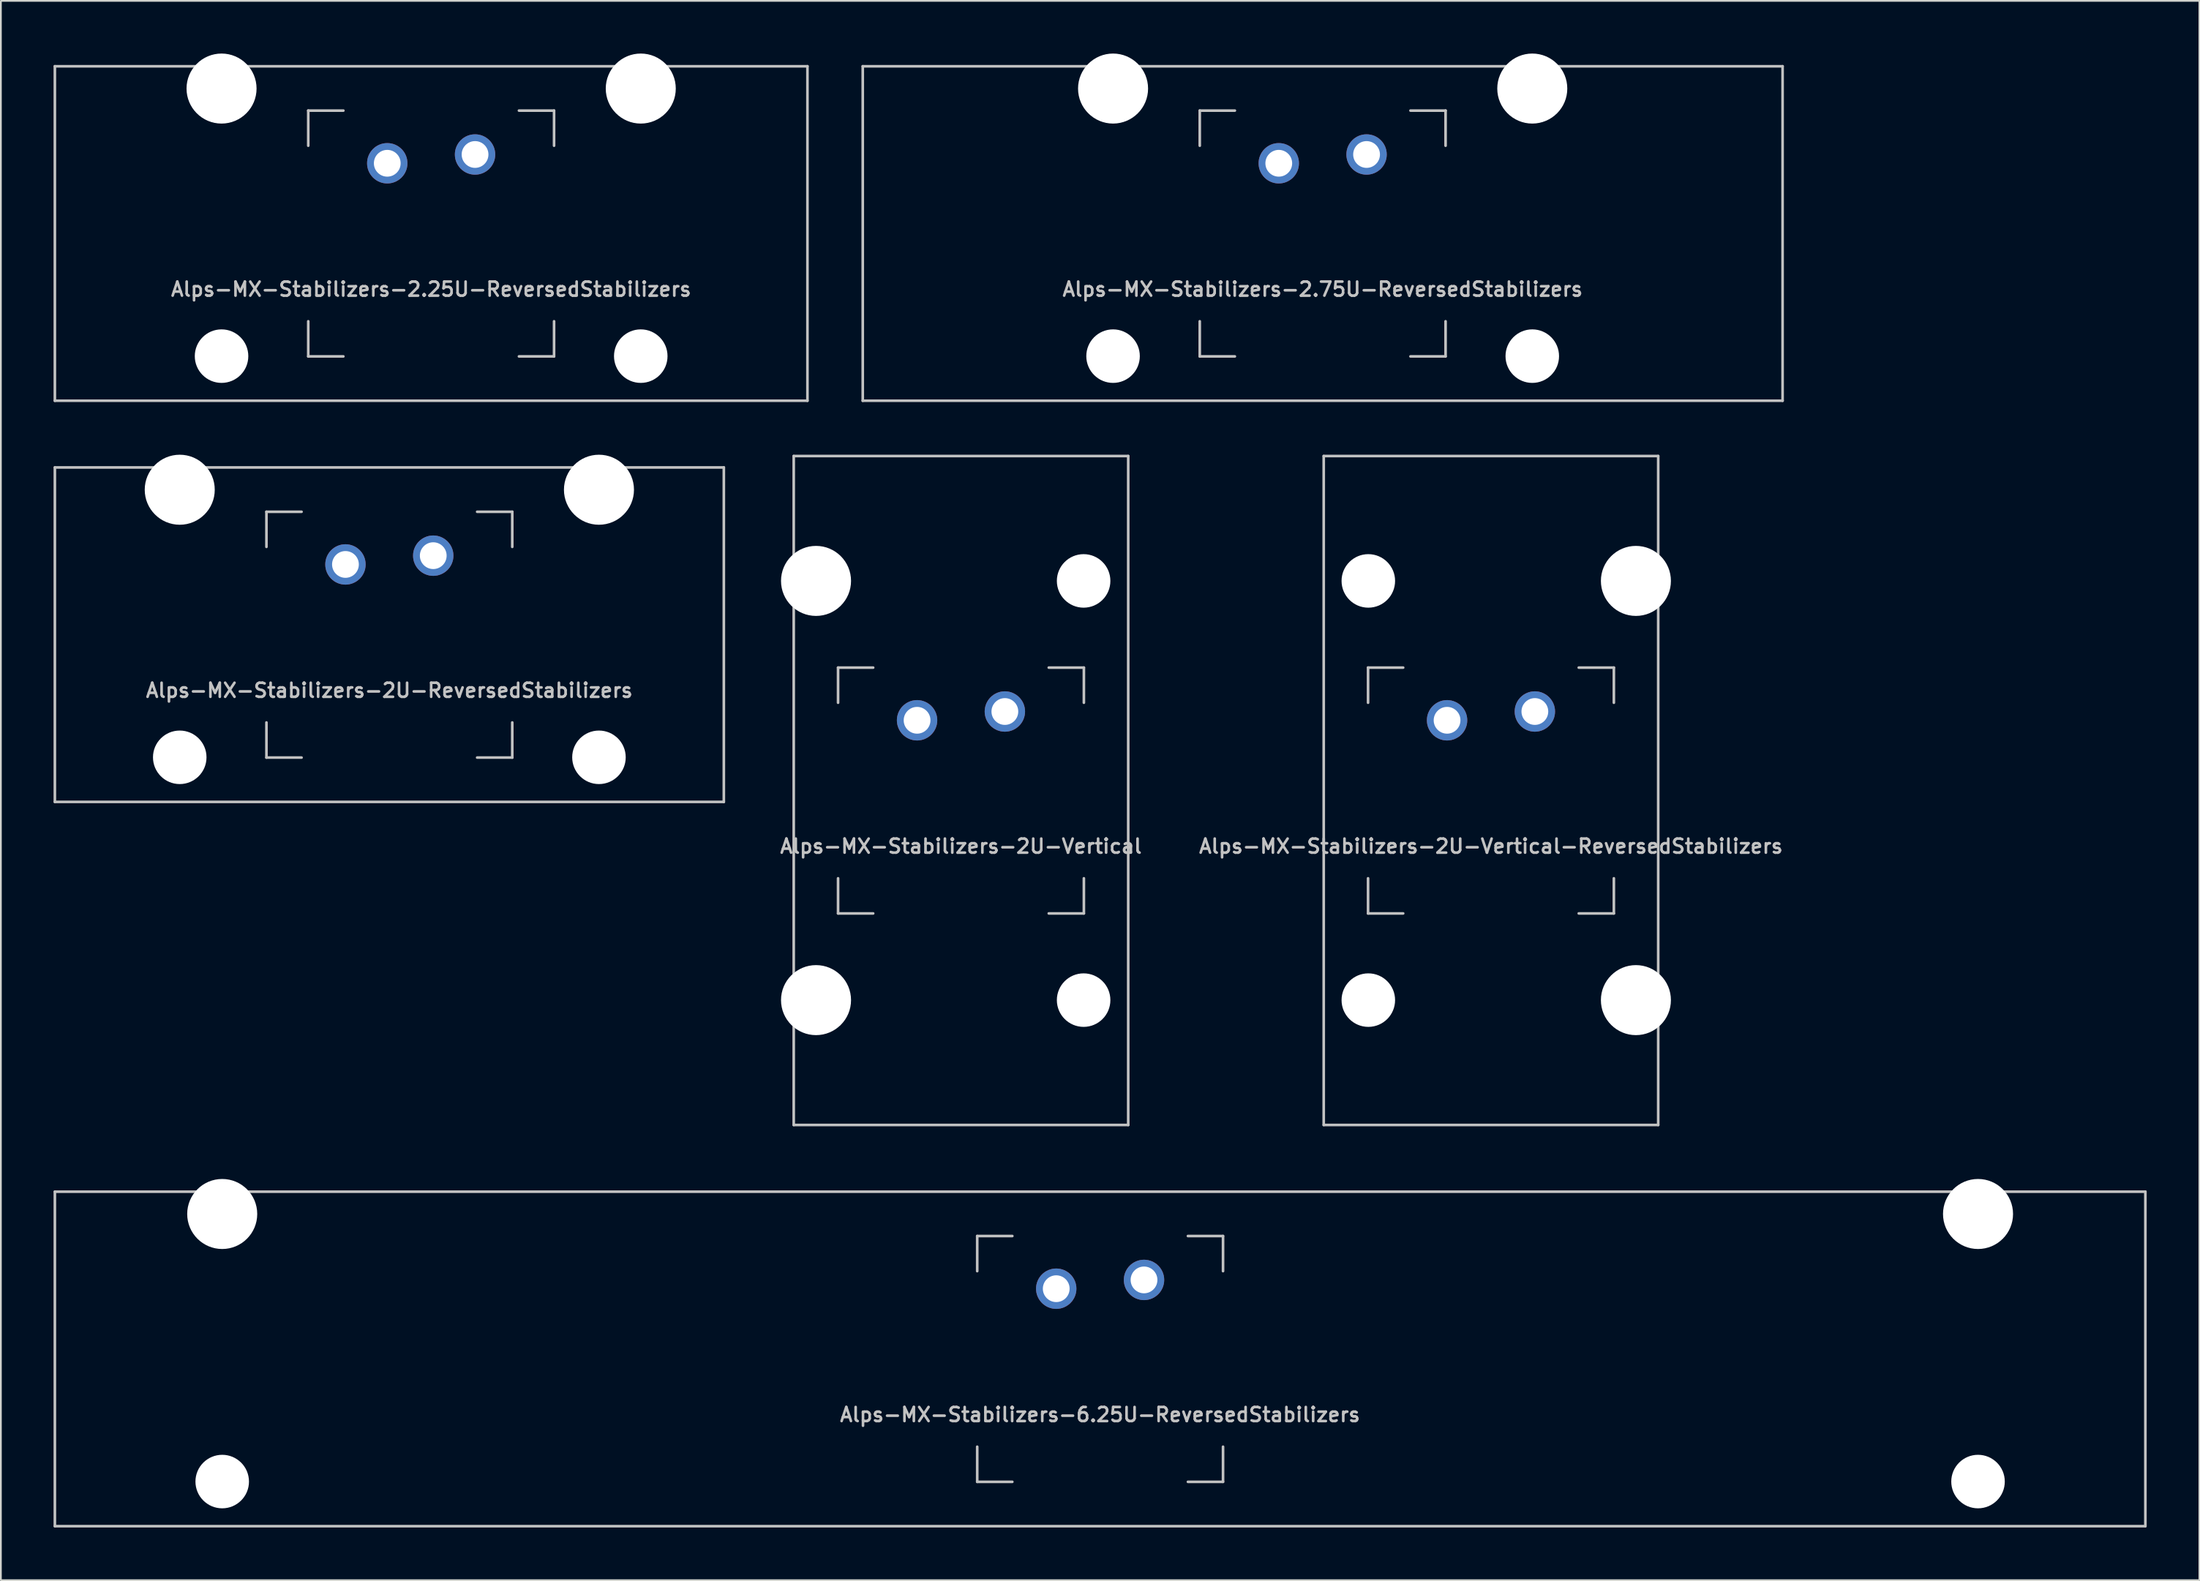
<source format=kicad_pcb>
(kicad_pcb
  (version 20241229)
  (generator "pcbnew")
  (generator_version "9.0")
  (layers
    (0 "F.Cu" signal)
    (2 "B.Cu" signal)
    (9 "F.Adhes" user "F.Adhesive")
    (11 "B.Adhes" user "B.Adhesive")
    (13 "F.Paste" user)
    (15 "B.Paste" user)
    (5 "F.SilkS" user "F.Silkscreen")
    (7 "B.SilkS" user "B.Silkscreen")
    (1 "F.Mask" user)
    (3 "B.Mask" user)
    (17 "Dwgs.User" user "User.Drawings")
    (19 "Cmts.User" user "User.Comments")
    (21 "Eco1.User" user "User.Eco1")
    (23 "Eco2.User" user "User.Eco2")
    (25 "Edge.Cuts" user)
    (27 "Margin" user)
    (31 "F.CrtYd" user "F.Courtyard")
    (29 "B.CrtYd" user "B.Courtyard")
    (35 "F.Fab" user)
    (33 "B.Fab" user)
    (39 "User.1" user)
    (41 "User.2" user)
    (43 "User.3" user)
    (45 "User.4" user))
  (footprint "Alps-MX-Stabilizers-2U-Vertical-ReversedStabilizers"
    (layer "F.Cu")
    (at 81.866 41.974)
    (property "Reference" "Alps-MX-Stabilizers-2U-Vertical-ReversedStabilizers" (at 0 3.175 0) (layer "Dwgs.User") (effects (font (size 0.8 0.8) (thickness 0.15))))
    (attr through_hole)
    (fp_line (start -9.525 19.05) (end -9.525 -19.05) (stroke (width 0.15) (type solid)) (layer "Dwgs.User"))
    (fp_line (start -7 -7) (end -7 -5) (stroke (width 0.15) (type solid)) (layer "Dwgs.User"))
    (fp_line (start -7 5) (end -7 7) (stroke (width 0.15) (type solid)) (layer "Dwgs.User"))
    (fp_line (start -7 7) (end -5 7) (stroke (width 0.15) (type solid)) (layer "Dwgs.User"))
    (fp_line (start -5 -7) (end -7 -7) (stroke (width 0.15) (type solid)) (layer "Dwgs.User"))
    (fp_line (start 5 -7) (end 7 -7) (stroke (width 0.15) (type solid)) (layer "Dwgs.User"))
    (fp_line (start 5 7) (end 7 7) (stroke (width 0.15) (type solid)) (layer "Dwgs.User"))
    (fp_line (start 7 -7) (end 7 -5) (stroke (width 0.15) (type solid)) (layer "Dwgs.User"))
    (fp_line (start 7 7) (end 7 5) (stroke (width 0.15) (type solid)) (layer "Dwgs.User"))
    (fp_line (start 9.525 -19.05) (end -9.525 -19.05) (stroke (width 0.15) (type solid)) (layer "Dwgs.User"))
    (fp_line (start 9.525 19.05) (end -9.525 19.05) (stroke (width 0.15) (type solid)) (layer "Dwgs.User"))
    (fp_line (start 9.525 19.05) (end 9.525 -19.05) (stroke (width 0.15) (type solid)) (layer "Dwgs.User"))
    (pad "" np_thru_hole circle (at -6.985 -11.938) (size 3.048 3.048) (drill 3.048) (layers "*.Cu" "*.Mask"))
    (pad "" np_thru_hole circle (at -6.985 11.938) (size 3.048 3.048) (drill 3.048) (layers "*.Cu" "*.Mask"))
    (pad "" np_thru_hole circle (at 8.255 -11.938) (size 3.988 3.988) (drill 3.988) (layers "*.Cu" "*.Mask"))
    (pad "" np_thru_hole circle (at 8.255 11.938) (size 3.988 3.988) (drill 3.988) (layers "*.Cu" "*.Mask"))
    (pad "1" thru_hole circle (at -2.5 -4) (size 2.3 2.3) (drill 1.524) (layers "*.Cu" "B.Mask"))
    (pad "2" thru_hole circle (at 2.5 -4.5) (size 2.3 2.3) (drill 1.524) (layers "*.Cu" "B.Mask")))
  (footprint "Alps-MX-Stabilizers-2.75U-ReversedStabilizers"
    (layer "F.Cu")
    (at 72.281 10.249)
    (property "Reference" "Alps-MX-Stabilizers-2.75U-ReversedStabilizers" (at 0 3.175 0) (layer "Dwgs.User") (effects (font (size 0.8 0.8) (thickness 0.15))))
    (attr through_hole)
    (fp_line (start -26.194 9.525) (end -26.194 -9.525) (stroke (width 0.15) (type solid)) (layer "Dwgs.User"))
    (fp_line (start -7 -7) (end -7 -5) (stroke (width 0.15) (type solid)) (layer "Dwgs.User"))
    (fp_line (start -7 5) (end -7 7) (stroke (width 0.15) (type solid)) (layer "Dwgs.User"))
    (fp_line (start -7 7) (end -5 7) (stroke (width 0.15) (type solid)) (layer "Dwgs.User"))
    (fp_line (start -5 -7) (end -7 -7) (stroke (width 0.15) (type solid)) (layer "Dwgs.User"))
    (fp_line (start 5 -7) (end 7 -7) (stroke (width 0.15) (type solid)) (layer "Dwgs.User"))
    (fp_line (start 5 7) (end 7 7) (stroke (width 0.15) (type solid)) (layer "Dwgs.User"))
    (fp_line (start 7 -7) (end 7 -5) (stroke (width 0.15) (type solid)) (layer "Dwgs.User"))
    (fp_line (start 7 7) (end 7 5) (stroke (width 0.15) (type solid)) (layer "Dwgs.User"))
    (fp_line (start 26.194 -9.525) (end -26.194 -9.525) (stroke (width 0.15) (type solid)) (layer "Dwgs.User"))
    (fp_line (start 26.194 9.525) (end -26.194 9.525) (stroke (width 0.15) (type solid)) (layer "Dwgs.User"))
    (fp_line (start 26.194 9.525) (end 26.194 -9.525) (stroke (width 0.15) (type solid)) (layer "Dwgs.User"))
    (pad "" np_thru_hole circle (at -11.938 -8.255) (size 3.988 3.988) (drill 3.988) (layers "*.Cu" "*.Mask"))
    (pad "" np_thru_hole circle (at -11.938 6.985) (size 3.048 3.048) (drill 3.048) (layers "*.Cu" "*.Mask"))
    (pad "" np_thru_hole circle (at 11.938 -8.255) (size 3.988 3.988) (drill 3.988) (layers "*.Cu" "*.Mask"))
    (pad "" np_thru_hole circle (at 11.938 6.985) (size 3.048 3.048) (drill 3.048) (layers "*.Cu" "*.Mask"))
    (pad "1" thru_hole circle (at -2.5 -4) (size 2.3 2.3) (drill 1.524) (layers "*.Cu" "B.Mask"))
    (pad "2" thru_hole circle (at 2.5 -4.5) (size 2.3 2.3) (drill 1.524) (layers "*.Cu" "B.Mask")))
  (footprint "Alps-MX-Stabilizers-2.25U-ReversedStabilizers"
    (layer "F.Cu")
    (at 21.506 10.249)
    (property "Reference" "Alps-MX-Stabilizers-2.25U-ReversedStabilizers" (at 0 3.175 0) (layer "Dwgs.User") (effects (font (size 0.8 0.8) (thickness 0.15))))
    (attr through_hole)
    (fp_line (start -21.431 9.525) (end -21.431 -9.525) (stroke (width 0.15) (type solid)) (layer "Dwgs.User"))
    (fp_line (start -7 -7) (end -7 -5) (stroke (width 0.15) (type solid)) (layer "Dwgs.User"))
    (fp_line (start -7 5) (end -7 7) (stroke (width 0.15) (type solid)) (layer "Dwgs.User"))
    (fp_line (start -7 7) (end -5 7) (stroke (width 0.15) (type solid)) (layer "Dwgs.User"))
    (fp_line (start -5 -7) (end -7 -7) (stroke (width 0.15) (type solid)) (layer "Dwgs.User"))
    (fp_line (start 5 -7) (end 7 -7) (stroke (width 0.15) (type solid)) (layer "Dwgs.User"))
    (fp_line (start 5 7) (end 7 7) (stroke (width 0.15) (type solid)) (layer "Dwgs.User"))
    (fp_line (start 7 -7) (end 7 -5) (stroke (width 0.15) (type solid)) (layer "Dwgs.User"))
    (fp_line (start 7 7) (end 7 5) (stroke (width 0.15) (type solid)) (layer "Dwgs.User"))
    (fp_line (start 21.431 -9.525) (end -21.431 -9.525) (stroke (width 0.15) (type solid)) (layer "Dwgs.User"))
    (fp_line (start 21.431 9.525) (end -21.431 9.525) (stroke (width 0.15) (type solid)) (layer "Dwgs.User"))
    (fp_line (start 21.431 9.525) (end 21.431 -9.525) (stroke (width 0.15) (type solid)) (layer "Dwgs.User"))
    (pad "" np_thru_hole circle (at -11.938 -8.255) (size 3.988 3.988) (drill 3.988) (layers "*.Cu" "*.Mask"))
    (pad "" np_thru_hole circle (at -11.938 6.985) (size 3.048 3.048) (drill 3.048) (layers "*.Cu" "*.Mask"))
    (pad "" np_thru_hole circle (at 11.938 -8.255) (size 3.988 3.988) (drill 3.988) (layers "*.Cu" "*.Mask"))
    (pad "" np_thru_hole circle (at 11.938 6.985) (size 3.048 3.048) (drill 3.048) (layers "*.Cu" "*.Mask"))
    (pad "1" thru_hole circle (at -2.5 -4) (size 2.3 2.3) (drill 1.524) (layers "*.Cu" "B.Mask"))
    (pad "2" thru_hole circle (at 2.5 -4.5) (size 2.3 2.3) (drill 1.524) (layers "*.Cu" "B.Mask")))
  (footprint "Alps-MX-Stabilizers-2U-Vertical"
    (layer "F.Cu")
    (at 51.681 41.974)
    (property "Reference" "Alps-MX-Stabilizers-2U-Vertical" (at 0 3.175 0) (layer "Dwgs.User") (effects (font (size 0.8 0.8) (thickness 0.15))))
    (attr through_hole)
    (fp_line (start -9.525 19.05) (end -9.525 -19.05) (stroke (width 0.15) (type solid)) (layer "Dwgs.User"))
    (fp_line (start -7 -7) (end -7 -5) (stroke (width 0.15) (type solid)) (layer "Dwgs.User"))
    (fp_line (start -7 5) (end -7 7) (stroke (width 0.15) (type solid)) (layer "Dwgs.User"))
    (fp_line (start -7 7) (end -5 7) (stroke (width 0.15) (type solid)) (layer "Dwgs.User"))
    (fp_line (start -5 -7) (end -7 -7) (stroke (width 0.15) (type solid)) (layer "Dwgs.User"))
    (fp_line (start 5 -7) (end 7 -7) (stroke (width 0.15) (type solid)) (layer "Dwgs.User"))
    (fp_line (start 5 7) (end 7 7) (stroke (width 0.15) (type solid)) (layer "Dwgs.User"))
    (fp_line (start 7 -7) (end 7 -5) (stroke (width 0.15) (type solid)) (layer "Dwgs.User"))
    (fp_line (start 7 7) (end 7 5) (stroke (width 0.15) (type solid)) (layer "Dwgs.User"))
    (fp_line (start 9.525 -19.05) (end -9.525 -19.05) (stroke (width 0.15) (type solid)) (layer "Dwgs.User"))
    (fp_line (start 9.525 19.05) (end -9.525 19.05) (stroke (width 0.15) (type solid)) (layer "Dwgs.User"))
    (fp_line (start 9.525 19.05) (end 9.525 -19.05) (stroke (width 0.15) (type solid)) (layer "Dwgs.User"))
    (pad "" np_thru_hole circle (at -8.255 -11.938) (size 3.988 3.988) (drill 3.988) (layers "*.Cu" "*.Mask"))
    (pad "" np_thru_hole circle (at -8.255 11.938) (size 3.988 3.988) (drill 3.988) (layers "*.Cu" "*.Mask"))
    (pad "" np_thru_hole circle (at 6.985 -11.938) (size 3.048 3.048) (drill 3.048) (layers "*.Cu" "*.Mask"))
    (pad "" np_thru_hole circle (at 6.985 11.938) (size 3.048 3.048) (drill 3.048) (layers "*.Cu" "*.Mask"))
    (pad "1" thru_hole circle (at -2.5 -4) (size 2.3 2.3) (drill 1.524) (layers "*.Cu" "B.Mask"))
    (pad "2" thru_hole circle (at 2.5 -4.5) (size 2.3 2.3) (drill 1.524) (layers "*.Cu" "B.Mask")))
  (footprint "Alps-MX-Stabilizers-6.25U-ReversedStabilizers"
    (layer "F.Cu")
    (at 59.606 74.348)
    (property "Reference" "Alps-MX-Stabilizers-6.25U-ReversedStabilizers" (at 0 3.175 0) (layer "Dwgs.User") (effects (font (size 0.8 0.8) (thickness 0.15))))
    (attr through_hole)
    (fp_line (start -59.531 9.525) (end -59.531 -9.525) (stroke (width 0.15) (type solid)) (layer "Dwgs.User"))
    (fp_line (start -7 -7) (end -7 -5) (stroke (width 0.15) (type solid)) (layer "Dwgs.User"))
    (fp_line (start -7 5) (end -7 7) (stroke (width 0.15) (type solid)) (layer "Dwgs.User"))
    (fp_line (start -7 7) (end -5 7) (stroke (width 0.15) (type solid)) (layer "Dwgs.User"))
    (fp_line (start -5 -7) (end -7 -7) (stroke (width 0.15) (type solid)) (layer "Dwgs.User"))
    (fp_line (start 5 -7) (end 7 -7) (stroke (width 0.15) (type solid)) (layer "Dwgs.User"))
    (fp_line (start 5 7) (end 7 7) (stroke (width 0.15) (type solid)) (layer "Dwgs.User"))
    (fp_line (start 7 -7) (end 7 -5) (stroke (width 0.15) (type solid)) (layer "Dwgs.User"))
    (fp_line (start 7 7) (end 7 5) (stroke (width 0.15) (type solid)) (layer "Dwgs.User"))
    (fp_line (start 59.531 -9.525) (end -59.531 -9.525) (stroke (width 0.15) (type solid)) (layer "Dwgs.User"))
    (fp_line (start 59.531 9.525) (end -59.531 9.525) (stroke (width 0.15) (type solid)) (layer "Dwgs.User"))
    (fp_line (start 59.531 9.525) (end 59.531 -9.525) (stroke (width 0.15) (type solid)) (layer "Dwgs.User"))
    (pad "" np_thru_hole circle (at -50 -8.255) (size 3.988 3.988) (drill 3.988) (layers "*.Cu" "*.Mask"))
    (pad "" np_thru_hole circle (at -50 6.985) (size 3.048 3.048) (drill 3.048) (layers "*.Cu" "*.Mask"))
    (pad "" np_thru_hole circle (at 50 -8.255) (size 3.988 3.988) (drill 3.988) (layers "*.Cu" "*.Mask"))
    (pad "" np_thru_hole circle (at 50 6.985) (size 3.048 3.048) (drill 3.048) (layers "*.Cu" "*.Mask"))
    (pad "1" thru_hole circle (at -2.5 -4) (size 2.3 2.3) (drill 1.524) (layers "*.Cu" "B.Mask"))
    (pad "2" thru_hole circle (at 2.5 -4.5) (size 2.3 2.3) (drill 1.524) (layers "*.Cu" "B.Mask")))
  (footprint "Alps-MX-Stabilizers-2U-ReversedStabilizers"
    (layer "F.Cu")
    (at 19.125 33.098)
    (property "Reference" "Alps-MX-Stabilizers-2U-ReversedStabilizers" (at 0 3.175 0) (layer "Dwgs.User") (effects (font (size 0.8 0.8) (thickness 0.15))))
    (attr through_hole)
    (fp_line (start -19.05 9.525) (end -19.05 -9.525) (stroke (width 0.15) (type solid)) (layer "Dwgs.User"))
    (fp_line (start -7 -7) (end -7 -5) (stroke (width 0.15) (type solid)) (layer "Dwgs.User"))
    (fp_line (start -7 5) (end -7 7) (stroke (width 0.15) (type solid)) (layer "Dwgs.User"))
    (fp_line (start -7 7) (end -5 7) (stroke (width 0.15) (type solid)) (layer "Dwgs.User"))
    (fp_line (start -5 -7) (end -7 -7) (stroke (width 0.15) (type solid)) (layer "Dwgs.User"))
    (fp_line (start 5 -7) (end 7 -7) (stroke (width 0.15) (type solid)) (layer "Dwgs.User"))
    (fp_line (start 5 7) (end 7 7) (stroke (width 0.15) (type solid)) (layer "Dwgs.User"))
    (fp_line (start 7 -7) (end 7 -5) (stroke (width 0.15) (type solid)) (layer "Dwgs.User"))
    (fp_line (start 7 7) (end 7 5) (stroke (width 0.15) (type solid)) (layer "Dwgs.User"))
    (fp_line (start 19.05 -9.525) (end -19.05 -9.525) (stroke (width 0.15) (type solid)) (layer "Dwgs.User"))
    (fp_line (start 19.05 9.525) (end -19.05 9.525) (stroke (width 0.15) (type solid)) (layer "Dwgs.User"))
    (fp_line (start 19.05 9.525) (end 19.05 -9.525) (stroke (width 0.15) (type solid)) (layer "Dwgs.User"))
    (pad "" np_thru_hole circle (at -11.938 -8.255) (size 3.988 3.988) (drill 3.988) (layers "*.Cu" "*.Mask"))
    (pad "" np_thru_hole circle (at -11.938 6.985) (size 3.048 3.048) (drill 3.048) (layers "*.Cu" "*.Mask"))
    (pad "" np_thru_hole circle (at 11.938 -8.255) (size 3.988 3.988) (drill 3.988) (layers "*.Cu" "*.Mask"))
    (pad "" np_thru_hole circle (at 11.938 6.985) (size 3.048 3.048) (drill 3.048) (layers "*.Cu" "*.Mask"))
    (pad "1" thru_hole circle (at -2.5 -4) (size 2.3 2.3) (drill 1.524) (layers "*.Cu" "B.Mask"))
    (pad "2" thru_hole circle (at 2.5 -4.5) (size 2.3 2.3) (drill 1.524) (layers "*.Cu" "B.Mask")))
  (gr_rect
    (start -3 -3)
    (end 122.213 86.948)
    (stroke (width 0.1) (type default))
    (fill no)
    (layer "Edge.Cuts")))
</source>
